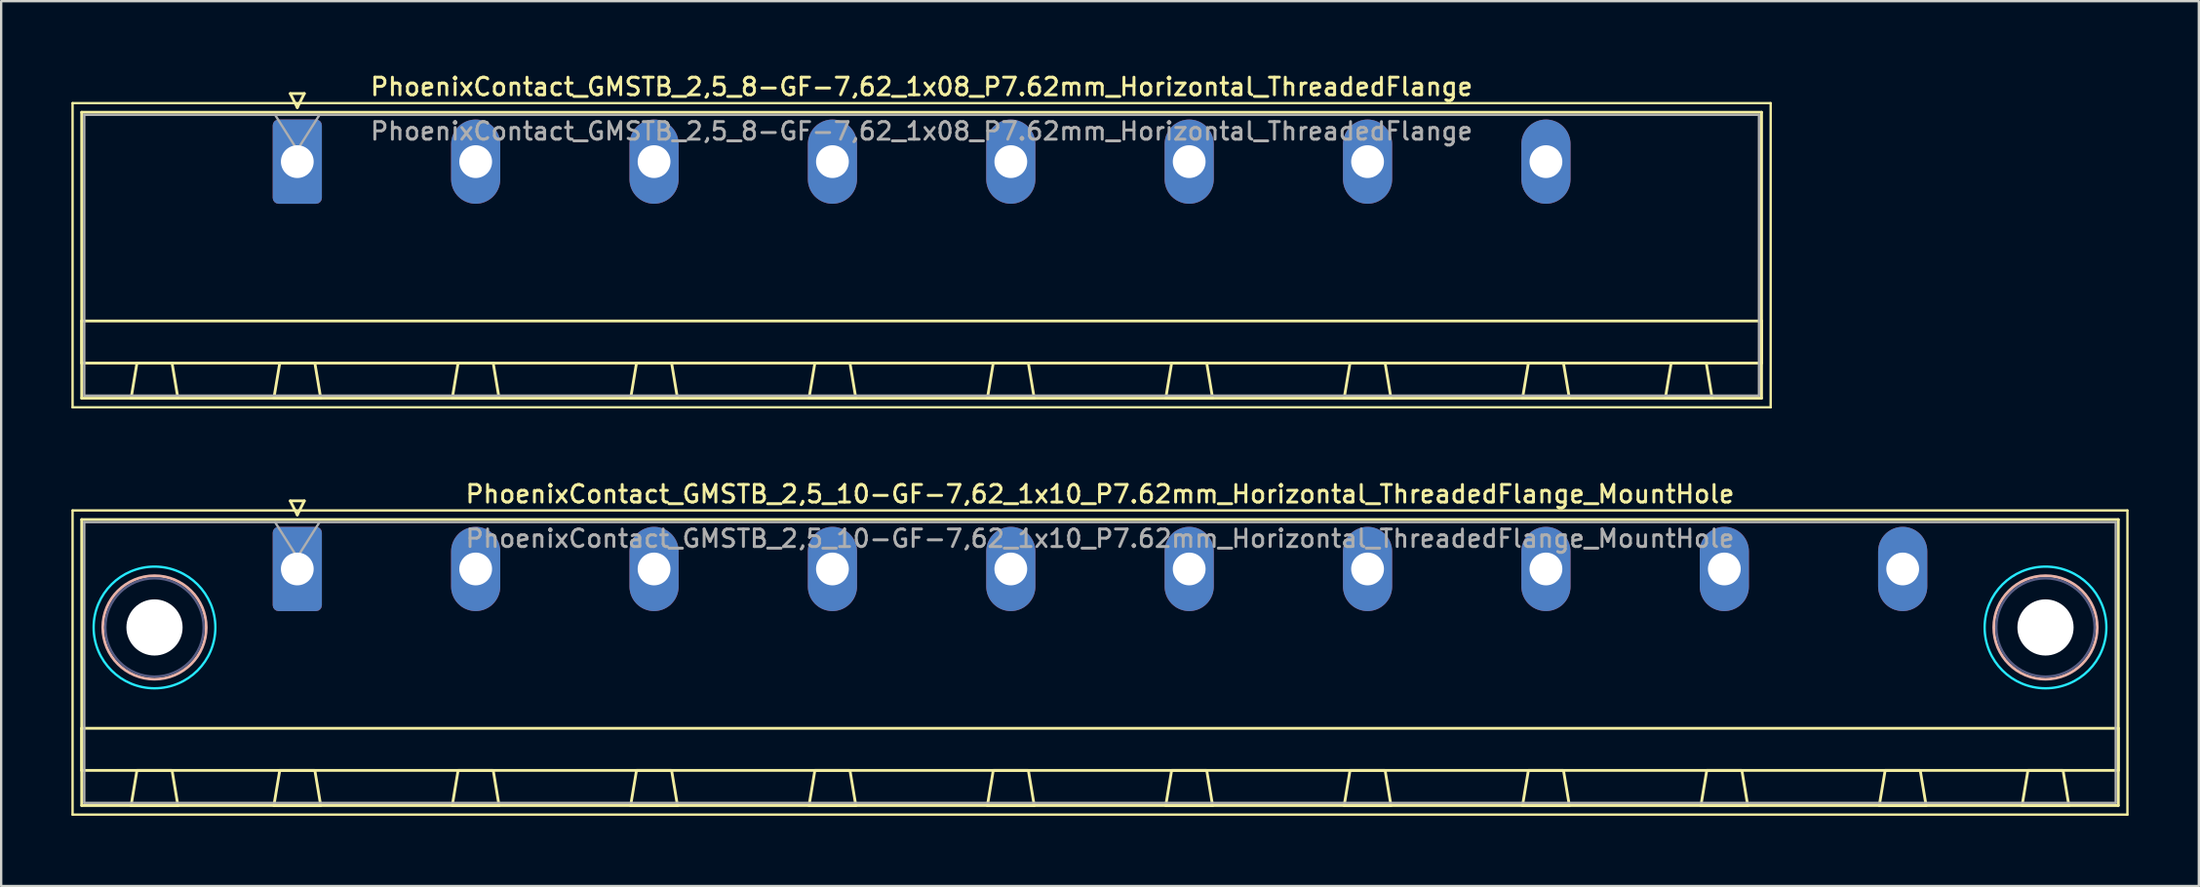
<source format=kicad_pcb>
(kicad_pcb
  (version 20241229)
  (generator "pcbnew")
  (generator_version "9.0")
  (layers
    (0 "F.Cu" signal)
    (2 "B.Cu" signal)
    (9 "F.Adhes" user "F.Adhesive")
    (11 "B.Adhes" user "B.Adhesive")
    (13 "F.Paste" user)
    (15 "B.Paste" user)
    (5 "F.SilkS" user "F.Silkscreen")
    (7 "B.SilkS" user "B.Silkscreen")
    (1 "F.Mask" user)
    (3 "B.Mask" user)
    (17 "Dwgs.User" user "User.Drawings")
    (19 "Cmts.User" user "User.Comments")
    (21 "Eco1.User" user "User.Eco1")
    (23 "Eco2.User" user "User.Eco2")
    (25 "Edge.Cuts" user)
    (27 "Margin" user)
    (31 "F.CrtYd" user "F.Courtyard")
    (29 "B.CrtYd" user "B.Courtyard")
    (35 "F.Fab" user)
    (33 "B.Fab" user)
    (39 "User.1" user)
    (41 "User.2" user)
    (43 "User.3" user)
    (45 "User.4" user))
  (footprint "PhoenixContact_GMSTB_2,5_10-GF-7,62_1x10_P7.62mm_Horizontal_ThreadedFlange_MountHole"
    (layer "F.Cu")
    (at 9.65 21.266)
    (property "Reference" "PhoenixContact_GMSTB_2,5_10-GF-7,62_1x10_P7.62mm_Horizontal_ThreadedFlange_MountHole" (at 34.29 -3.2 0) (layer "F.SilkS") (effects (font (size 0.75 0.75) (thickness 0.125))))
    (attr through_hole)
    (fp_line (start -9.6 -2.5) (end -9.6 10.5) (stroke (width 0.1) (type solid)) (layer "F.SilkS"))
    (fp_line (start -9.6 10.5) (end 78.18 10.5) (stroke (width 0.1) (type solid)) (layer "F.SilkS"))
    (fp_line (start -9.21 -2.11) (end -9.21 10.11) (stroke (width 0.12) (type solid)) (layer "F.SilkS"))
    (fp_line (start -9.21 6.81) (end 77.79 6.81) (stroke (width 0.12) (type solid)) (layer "F.SilkS"))
    (fp_line (start -9.21 8.61) (end -9.21 6.81) (stroke (width 0.12) (type solid)) (layer "F.SilkS"))
    (fp_line (start -9.21 10.11) (end 77.79 10.11) (stroke (width 0.12) (type solid)) (layer "F.SilkS"))
    (fp_line (start -7.1 10.11) (end -5.1 10.11) (stroke (width 0.12) (type solid)) (layer "F.SilkS"))
    (fp_line (start -6.85 8.61) (end -7.1 10.11) (stroke (width 0.12) (type solid)) (layer "F.SilkS"))
    (fp_line (start -5.35 8.61) (end -6.85 8.61) (stroke (width 0.12) (type solid)) (layer "F.SilkS"))
    (fp_line (start -5.1 10.11) (end -5.35 8.61) (stroke (width 0.12) (type solid)) (layer "F.SilkS"))
    (fp_line (start -1 10.11) (end 1 10.11) (stroke (width 0.12) (type solid)) (layer "F.SilkS"))
    (fp_line (start -0.75 8.61) (end -1 10.11) (stroke (width 0.12) (type solid)) (layer "F.SilkS"))
    (fp_line (start -0.3 -2.91) (end 0.3 -2.91) (stroke (width 0.12) (type solid)) (layer "F.SilkS"))
    (fp_line (start 0 -2.31) (end -0.3 -2.91) (stroke (width 0.12) (type solid)) (layer "F.SilkS"))
    (fp_line (start 0.3 -2.91) (end 0 -2.31) (stroke (width 0.12) (type solid)) (layer "F.SilkS"))
    (fp_line (start 0.75 8.61) (end -0.75 8.61) (stroke (width 0.12) (type solid)) (layer "F.SilkS"))
    (fp_line (start 1 10.11) (end 0.75 8.61) (stroke (width 0.12) (type solid)) (layer "F.SilkS"))
    (fp_line (start 6.62 10.11) (end 8.62 10.11) (stroke (width 0.12) (type solid)) (layer "F.SilkS"))
    (fp_line (start 6.87 8.61) (end 6.62 10.11) (stroke (width 0.12) (type solid)) (layer "F.SilkS"))
    (fp_line (start 8.37 8.61) (end 6.87 8.61) (stroke (width 0.12) (type solid)) (layer "F.SilkS"))
    (fp_line (start 8.62 10.11) (end 8.37 8.61) (stroke (width 0.12) (type solid)) (layer "F.SilkS"))
    (fp_line (start 14.24 10.11) (end 16.24 10.11) (stroke (width 0.12) (type solid)) (layer "F.SilkS"))
    (fp_line (start 14.49 8.61) (end 14.24 10.11) (stroke (width 0.12) (type solid)) (layer "F.SilkS"))
    (fp_line (start 15.99 8.61) (end 14.49 8.61) (stroke (width 0.12) (type solid)) (layer "F.SilkS"))
    (fp_line (start 16.24 10.11) (end 15.99 8.61) (stroke (width 0.12) (type solid)) (layer "F.SilkS"))
    (fp_line (start 21.86 10.11) (end 23.86 10.11) (stroke (width 0.12) (type solid)) (layer "F.SilkS"))
    (fp_line (start 22.11 8.61) (end 21.86 10.11) (stroke (width 0.12) (type solid)) (layer "F.SilkS"))
    (fp_line (start 23.61 8.61) (end 22.11 8.61) (stroke (width 0.12) (type solid)) (layer "F.SilkS"))
    (fp_line (start 23.86 10.11) (end 23.61 8.61) (stroke (width 0.12) (type solid)) (layer "F.SilkS"))
    (fp_line (start 29.48 10.11) (end 31.48 10.11) (stroke (width 0.12) (type solid)) (layer "F.SilkS"))
    (fp_line (start 29.73 8.61) (end 29.48 10.11) (stroke (width 0.12) (type solid)) (layer "F.SilkS"))
    (fp_line (start 31.23 8.61) (end 29.73 8.61) (stroke (width 0.12) (type solid)) (layer "F.SilkS"))
    (fp_line (start 31.48 10.11) (end 31.23 8.61) (stroke (width 0.12) (type solid)) (layer "F.SilkS"))
    (fp_line (start 37.1 10.11) (end 39.1 10.11) (stroke (width 0.12) (type solid)) (layer "F.SilkS"))
    (fp_line (start 37.35 8.61) (end 37.1 10.11) (stroke (width 0.12) (type solid)) (layer "F.SilkS"))
    (fp_line (start 38.85 8.61) (end 37.35 8.61) (stroke (width 0.12) (type solid)) (layer "F.SilkS"))
    (fp_line (start 39.1 10.11) (end 38.85 8.61) (stroke (width 0.12) (type solid)) (layer "F.SilkS"))
    (fp_line (start 44.72 10.11) (end 46.72 10.11) (stroke (width 0.12) (type solid)) (layer "F.SilkS"))
    (fp_line (start 44.97 8.61) (end 44.72 10.11) (stroke (width 0.12) (type solid)) (layer "F.SilkS"))
    (fp_line (start 46.47 8.61) (end 44.97 8.61) (stroke (width 0.12) (type solid)) (layer "F.SilkS"))
    (fp_line (start 46.72 10.11) (end 46.47 8.61) (stroke (width 0.12) (type solid)) (layer "F.SilkS"))
    (fp_line (start 52.34 10.11) (end 54.34 10.11) (stroke (width 0.12) (type solid)) (layer "F.SilkS"))
    (fp_line (start 52.59 8.61) (end 52.34 10.11) (stroke (width 0.12) (type solid)) (layer "F.SilkS"))
    (fp_line (start 54.09 8.61) (end 52.59 8.61) (stroke (width 0.12) (type solid)) (layer "F.SilkS"))
    (fp_line (start 54.34 10.11) (end 54.09 8.61) (stroke (width 0.12) (type solid)) (layer "F.SilkS"))
    (fp_line (start 59.96 10.11) (end 61.96 10.11) (stroke (width 0.12) (type solid)) (layer "F.SilkS"))
    (fp_line (start 60.21 8.61) (end 59.96 10.11) (stroke (width 0.12) (type solid)) (layer "F.SilkS"))
    (fp_line (start 61.71 8.61) (end 60.21 8.61) (stroke (width 0.12) (type solid)) (layer "F.SilkS"))
    (fp_line (start 61.96 10.11) (end 61.71 8.61) (stroke (width 0.12) (type solid)) (layer "F.SilkS"))
    (fp_line (start 67.58 10.11) (end 69.58 10.11) (stroke (width 0.12) (type solid)) (layer "F.SilkS"))
    (fp_line (start 67.83 8.61) (end 67.58 10.11) (stroke (width 0.12) (type solid)) (layer "F.SilkS"))
    (fp_line (start 69.33 8.61) (end 67.83 8.61) (stroke (width 0.12) (type solid)) (layer "F.SilkS"))
    (fp_line (start 69.58 10.11) (end 69.33 8.61) (stroke (width 0.12) (type solid)) (layer "F.SilkS"))
    (fp_line (start 73.68 10.11) (end 75.68 10.11) (stroke (width 0.12) (type solid)) (layer "F.SilkS"))
    (fp_line (start 73.93 8.61) (end 73.68 10.11) (stroke (width 0.12) (type solid)) (layer "F.SilkS"))
    (fp_line (start 75.43 8.61) (end 73.93 8.61) (stroke (width 0.12) (type solid)) (layer "F.SilkS"))
    (fp_line (start 75.68 10.11) (end 75.43 8.61) (stroke (width 0.12) (type solid)) (layer "F.SilkS"))
    (fp_line (start 77.79 -2.11) (end -9.21 -2.11) (stroke (width 0.12) (type solid)) (layer "F.SilkS"))
    (fp_line (start 77.79 6.81) (end 77.79 8.61) (stroke (width 0.12) (type solid)) (layer "F.SilkS"))
    (fp_line (start 77.79 8.61) (end -9.21 8.61) (stroke (width 0.12) (type solid)) (layer "F.SilkS"))
    (fp_line (start 77.79 10.11) (end 77.79 -2.11) (stroke (width 0.12) (type solid)) (layer "F.SilkS"))
    (fp_line (start 78.18 -2.5) (end -9.6 -2.5) (stroke (width 0.1) (type solid)) (layer "F.SilkS"))
    (fp_line (start 78.18 10.5) (end 78.18 -2.5) (stroke (width 0.1) (type solid)) (layer "F.SilkS"))
    (fp_circle (center -6.1 2.5) (end -3.89 2.5) (stroke (width 0.12) (type solid)) (fill no) (layer "B.SilkS"))
    (fp_circle (center 74.68 2.5) (end 76.89 2.5) (stroke (width 0.12) (type solid)) (fill no) (layer "B.SilkS"))
    (fp_circle (center -6.1 2.5) (end -3.5 2.5) (stroke (width 0.1) (type solid)) (fill no) (layer "B.CrtYd"))
    (fp_circle (center 74.68 2.5) (end 77.28 2.5) (stroke (width 0.1) (type solid)) (fill no) (layer "B.CrtYd"))
    (fp_circle (center -6.1 2.5) (end -4 2.5) (stroke (width 0.1) (type solid)) (fill no) (layer "B.Fab"))
    (fp_circle (center 74.68 2.5) (end 76.78 2.5) (stroke (width 0.1) (type solid)) (fill no) (layer "B.Fab"))
    (fp_line (start -9.1 -2) (end -9.1 10) (stroke (width 0.1) (type solid)) (layer "F.Fab"))
    (fp_line (start -9.1 10) (end 77.68 10) (stroke (width 0.1) (type solid)) (layer "F.Fab"))
    (fp_line (start 0 -0.5) (end -0.95 -2) (stroke (width 0.1) (type solid)) (layer "F.Fab"))
    (fp_line (start 0.95 -2) (end 0 -0.5) (stroke (width 0.1) (type solid)) (layer "F.Fab"))
    (fp_line (start 77.68 -2) (end -9.1 -2) (stroke (width 0.1) (type solid)) (layer "F.Fab"))
    (fp_line (start 77.68 10) (end 77.68 -2) (stroke (width 0.1) (type solid)) (layer "F.Fab"))
    (fp_text user "${REFERENCE}" (at 34.29 -1.3 0) (layer "F.Fab") (effects (font (size 0.75 0.75) (thickness 0.125))))
    (pad "" np_thru_hole circle (at -6.1 2.5) (size 2.4 2.4) (drill 2.4) (layers "*.Cu" "*.Mask"))
    (pad "" np_thru_hole circle (at 74.68 2.5) (size 2.4 2.4) (drill 2.4) (layers "*.Cu" "*.Mask"))
    (pad "1" thru_hole roundrect (at 0 0) (size 2.1 3.6) (drill 1.4) (layers "*.Cu" "*.Mask") (roundrect_rratio 0.119))
    (pad "2" thru_hole oval (at 7.62 0) (size 2.1 3.6) (drill 1.4) (layers "*.Cu" "*.Mask"))
    (pad "3" thru_hole oval (at 15.24 0) (size 2.1 3.6) (drill 1.4) (layers "*.Cu" "*.Mask"))
    (pad "4" thru_hole oval (at 22.86 0) (size 2.1 3.6) (drill 1.4) (layers "*.Cu" "*.Mask"))
    (pad "5" thru_hole oval (at 30.48 0) (size 2.1 3.6) (drill 1.4) (layers "*.Cu" "*.Mask"))
    (pad "6" thru_hole oval (at 38.1 0) (size 2.1 3.6) (drill 1.4) (layers "*.Cu" "*.Mask"))
    (pad "7" thru_hole oval (at 45.72 0) (size 2.1 3.6) (drill 1.4) (layers "*.Cu" "*.Mask"))
    (pad "8" thru_hole oval (at 53.34 0) (size 2.1 3.6) (drill 1.4) (layers "*.Cu" "*.Mask"))
    (pad "9" thru_hole oval (at 60.96 0) (size 2.1 3.6) (drill 1.4) (layers "*.Cu" "*.Mask"))
    (pad "10" thru_hole oval (at 68.58 0) (size 2.1 3.6) (drill 1.4) (layers "*.Cu" "*.Mask")))
  (footprint "PhoenixContact_GMSTB_2,5_8-GF-7,62_1x08_P7.62mm_Horizontal_ThreadedFlange"
    (layer "F.Cu")
    (at 9.65 3.858)
    (property "Reference" "PhoenixContact_GMSTB_2,5_8-GF-7,62_1x08_P7.62mm_Horizontal_ThreadedFlange" (at 26.67 -3.2 0) (layer "F.SilkS") (effects (font (size 0.75 0.75) (thickness 0.125))))
    (attr through_hole)
    (fp_line (start -9.6 -2.5) (end -9.6 10.5) (stroke (width 0.1) (type solid)) (layer "F.SilkS"))
    (fp_line (start -9.6 10.5) (end 62.94 10.5) (stroke (width 0.1) (type solid)) (layer "F.SilkS"))
    (fp_line (start -9.21 -2.11) (end -9.21 10.11) (stroke (width 0.12) (type solid)) (layer "F.SilkS"))
    (fp_line (start -9.21 6.81) (end 62.55 6.81) (stroke (width 0.12) (type solid)) (layer "F.SilkS"))
    (fp_line (start -9.21 8.61) (end -9.21 6.81) (stroke (width 0.12) (type solid)) (layer "F.SilkS"))
    (fp_line (start -9.21 10.11) (end 62.55 10.11) (stroke (width 0.12) (type solid)) (layer "F.SilkS"))
    (fp_line (start -7.1 10.11) (end -5.1 10.11) (stroke (width 0.12) (type solid)) (layer "F.SilkS"))
    (fp_line (start -6.85 8.61) (end -7.1 10.11) (stroke (width 0.12) (type solid)) (layer "F.SilkS"))
    (fp_line (start -5.35 8.61) (end -6.85 8.61) (stroke (width 0.12) (type solid)) (layer "F.SilkS"))
    (fp_line (start -5.1 10.11) (end -5.35 8.61) (stroke (width 0.12) (type solid)) (layer "F.SilkS"))
    (fp_line (start -1 10.11) (end 1 10.11) (stroke (width 0.12) (type solid)) (layer "F.SilkS"))
    (fp_line (start -0.75 8.61) (end -1 10.11) (stroke (width 0.12) (type solid)) (layer "F.SilkS"))
    (fp_line (start -0.3 -2.91) (end 0.3 -2.91) (stroke (width 0.12) (type solid)) (layer "F.SilkS"))
    (fp_line (start 0 -2.31) (end -0.3 -2.91) (stroke (width 0.12) (type solid)) (layer "F.SilkS"))
    (fp_line (start 0.3 -2.91) (end 0 -2.31) (stroke (width 0.12) (type solid)) (layer "F.SilkS"))
    (fp_line (start 0.75 8.61) (end -0.75 8.61) (stroke (width 0.12) (type solid)) (layer "F.SilkS"))
    (fp_line (start 1 10.11) (end 0.75 8.61) (stroke (width 0.12) (type solid)) (layer "F.SilkS"))
    (fp_line (start 6.62 10.11) (end 8.62 10.11) (stroke (width 0.12) (type solid)) (layer "F.SilkS"))
    (fp_line (start 6.87 8.61) (end 6.62 10.11) (stroke (width 0.12) (type solid)) (layer "F.SilkS"))
    (fp_line (start 8.37 8.61) (end 6.87 8.61) (stroke (width 0.12) (type solid)) (layer "F.SilkS"))
    (fp_line (start 8.62 10.11) (end 8.37 8.61) (stroke (width 0.12) (type solid)) (layer "F.SilkS"))
    (fp_line (start 14.24 10.11) (end 16.24 10.11) (stroke (width 0.12) (type solid)) (layer "F.SilkS"))
    (fp_line (start 14.49 8.61) (end 14.24 10.11) (stroke (width 0.12) (type solid)) (layer "F.SilkS"))
    (fp_line (start 15.99 8.61) (end 14.49 8.61) (stroke (width 0.12) (type solid)) (layer "F.SilkS"))
    (fp_line (start 16.24 10.11) (end 15.99 8.61) (stroke (width 0.12) (type solid)) (layer "F.SilkS"))
    (fp_line (start 21.86 10.11) (end 23.86 10.11) (stroke (width 0.12) (type solid)) (layer "F.SilkS"))
    (fp_line (start 22.11 8.61) (end 21.86 10.11) (stroke (width 0.12) (type solid)) (layer "F.SilkS"))
    (fp_line (start 23.61 8.61) (end 22.11 8.61) (stroke (width 0.12) (type solid)) (layer "F.SilkS"))
    (fp_line (start 23.86 10.11) (end 23.61 8.61) (stroke (width 0.12) (type solid)) (layer "F.SilkS"))
    (fp_line (start 29.48 10.11) (end 31.48 10.11) (stroke (width 0.12) (type solid)) (layer "F.SilkS"))
    (fp_line (start 29.73 8.61) (end 29.48 10.11) (stroke (width 0.12) (type solid)) (layer "F.SilkS"))
    (fp_line (start 31.23 8.61) (end 29.73 8.61) (stroke (width 0.12) (type solid)) (layer "F.SilkS"))
    (fp_line (start 31.48 10.11) (end 31.23 8.61) (stroke (width 0.12) (type solid)) (layer "F.SilkS"))
    (fp_line (start 37.1 10.11) (end 39.1 10.11) (stroke (width 0.12) (type solid)) (layer "F.SilkS"))
    (fp_line (start 37.35 8.61) (end 37.1 10.11) (stroke (width 0.12) (type solid)) (layer "F.SilkS"))
    (fp_line (start 38.85 8.61) (end 37.35 8.61) (stroke (width 0.12) (type solid)) (layer "F.SilkS"))
    (fp_line (start 39.1 10.11) (end 38.85 8.61) (stroke (width 0.12) (type solid)) (layer "F.SilkS"))
    (fp_line (start 44.72 10.11) (end 46.72 10.11) (stroke (width 0.12) (type solid)) (layer "F.SilkS"))
    (fp_line (start 44.97 8.61) (end 44.72 10.11) (stroke (width 0.12) (type solid)) (layer "F.SilkS"))
    (fp_line (start 46.47 8.61) (end 44.97 8.61) (stroke (width 0.12) (type solid)) (layer "F.SilkS"))
    (fp_line (start 46.72 10.11) (end 46.47 8.61) (stroke (width 0.12) (type solid)) (layer "F.SilkS"))
    (fp_line (start 52.34 10.11) (end 54.34 10.11) (stroke (width 0.12) (type solid)) (layer "F.SilkS"))
    (fp_line (start 52.59 8.61) (end 52.34 10.11) (stroke (width 0.12) (type solid)) (layer "F.SilkS"))
    (fp_line (start 54.09 8.61) (end 52.59 8.61) (stroke (width 0.12) (type solid)) (layer "F.SilkS"))
    (fp_line (start 54.34 10.11) (end 54.09 8.61) (stroke (width 0.12) (type solid)) (layer "F.SilkS"))
    (fp_line (start 58.44 10.11) (end 60.44 10.11) (stroke (width 0.12) (type solid)) (layer "F.SilkS"))
    (fp_line (start 58.69 8.61) (end 58.44 10.11) (stroke (width 0.12) (type solid)) (layer "F.SilkS"))
    (fp_line (start 60.19 8.61) (end 58.69 8.61) (stroke (width 0.12) (type solid)) (layer "F.SilkS"))
    (fp_line (start 60.44 10.11) (end 60.19 8.61) (stroke (width 0.12) (type solid)) (layer "F.SilkS"))
    (fp_line (start 62.55 -2.11) (end -9.21 -2.11) (stroke (width 0.12) (type solid)) (layer "F.SilkS"))
    (fp_line (start 62.55 6.81) (end 62.55 8.61) (stroke (width 0.12) (type solid)) (layer "F.SilkS"))
    (fp_line (start 62.55 8.61) (end -9.21 8.61) (stroke (width 0.12) (type solid)) (layer "F.SilkS"))
    (fp_line (start 62.55 10.11) (end 62.55 -2.11) (stroke (width 0.12) (type solid)) (layer "F.SilkS"))
    (fp_line (start 62.94 -2.5) (end -9.6 -2.5) (stroke (width 0.1) (type solid)) (layer "F.SilkS"))
    (fp_line (start 62.94 10.5) (end 62.94 -2.5) (stroke (width 0.1) (type solid)) (layer "F.SilkS"))
    (fp_line (start -9.1 -2) (end -9.1 10) (stroke (width 0.1) (type solid)) (layer "F.Fab"))
    (fp_line (start -9.1 10) (end 62.44 10) (stroke (width 0.1) (type solid)) (layer "F.Fab"))
    (fp_line (start 0 -0.5) (end -0.95 -2) (stroke (width 0.1) (type solid)) (layer "F.Fab"))
    (fp_line (start 0.95 -2) (end 0 -0.5) (stroke (width 0.1) (type solid)) (layer "F.Fab"))
    (fp_line (start 62.44 -2) (end -9.1 -2) (stroke (width 0.1) (type solid)) (layer "F.Fab"))
    (fp_line (start 62.44 10) (end 62.44 -2) (stroke (width 0.1) (type solid)) (layer "F.Fab"))
    (fp_text user "${REFERENCE}" (at 26.67 -1.3 0) (layer "F.Fab") (effects (font (size 0.75 0.75) (thickness 0.125))))
    (pad "1" thru_hole roundrect (at 0 0) (size 2.1 3.6) (drill 1.4) (layers "*.Cu" "*.Mask") (roundrect_rratio 0.119))
    (pad "2" thru_hole oval (at 7.62 0) (size 2.1 3.6) (drill 1.4) (layers "*.Cu" "*.Mask"))
    (pad "3" thru_hole oval (at 15.24 0) (size 2.1 3.6) (drill 1.4) (layers "*.Cu" "*.Mask"))
    (pad "4" thru_hole oval (at 22.86 0) (size 2.1 3.6) (drill 1.4) (layers "*.Cu" "*.Mask"))
    (pad "5" thru_hole oval (at 30.48 0) (size 2.1 3.6) (drill 1.4) (layers "*.Cu" "*.Mask"))
    (pad "6" thru_hole oval (at 38.1 0) (size 2.1 3.6) (drill 1.4) (layers "*.Cu" "*.Mask"))
    (pad "7" thru_hole oval (at 45.72 0) (size 2.1 3.6) (drill 1.4) (layers "*.Cu" "*.Mask"))
    (pad "8" thru_hole oval (at 53.34 0) (size 2.1 3.6) (drill 1.4) (layers "*.Cu" "*.Mask")))
  (gr_rect
    (start -3 -3)
    (end 90.88 34.816)
    (stroke (width 0.1) (type default))
    (fill no)
    (layer "Edge.Cuts")))
</source>
